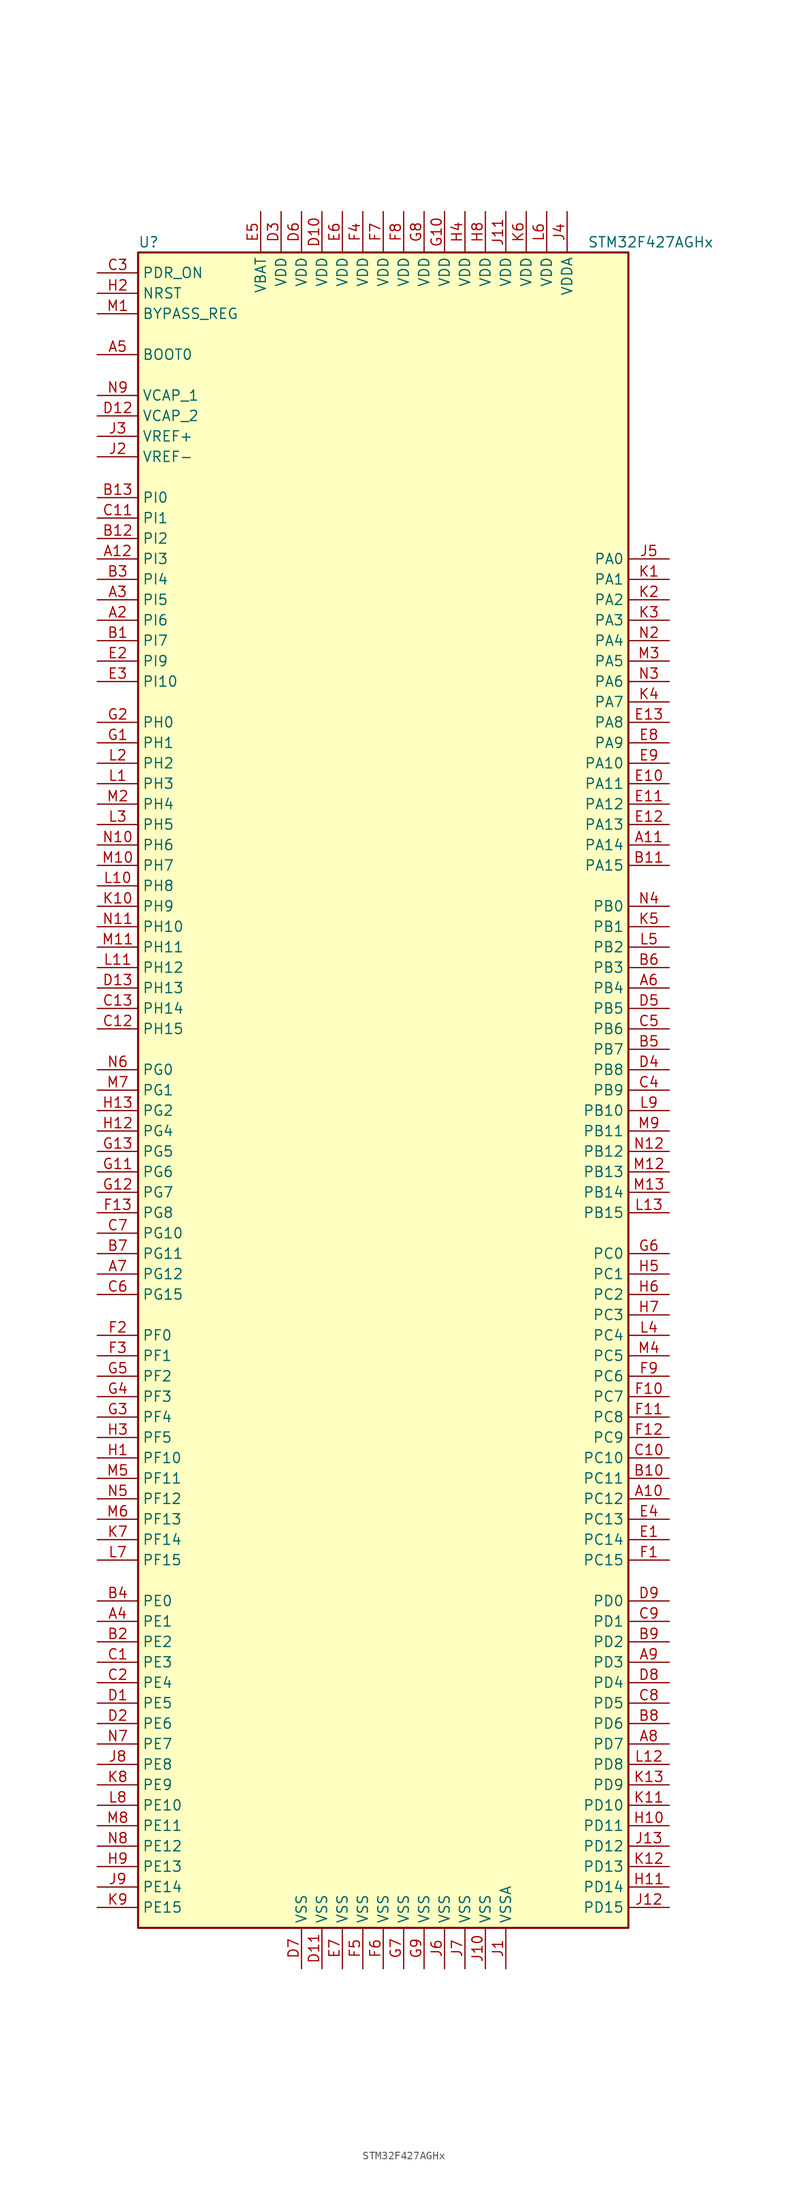
<source format=kicad_sym>
(kicad_symbol_lib
  (version 20201005)
  (generator kicad_symbol_editor)
  (symbol "STM32F427AGHx"
    (property "Reference" "U"
      (at -30.48 105.41 0)
      (effects (font (size 1.27 1.27)) (justify left)))
    (property "Value" "STM32F427AGHx"
      (at 25.4 105.41 0)
      (effects (font (size 1.27 1.27)) (justify left)))
    (symbol "STM32F427AGHx_0_1"
      (rectangle (start -30.48 -104.14) (end 30.48 104.14) (stroke (width 0.254)) (fill (type background))))
    (symbol "STM32F427AGHx_1_1"
      (pin no_connect line (at -30.48 -101.6 0) (length 5.08) hide (name "NC" (effects (font (size 1.27 1.27)))) (number "A1" (effects (font (size 1.27 1.27)))))
      (pin bidirectional line (at 35.56 -50.8 180) (length 5.08) (name "PC12" (effects (font (size 1.27 1.27)))) (number "A10" (effects (font (size 1.27 1.27)))))
      (pin bidirectional line (at 35.56 30.48 180) (length 5.08) (name "PA14" (effects (font (size 1.27 1.27)))) (number "A11" (effects (font (size 1.27 1.27)))))
      (pin bidirectional line (at -35.56 66.04 0) (length 5.08) (name "PI3" (effects (font (size 1.27 1.27)))) (number "A12" (effects (font (size 1.27 1.27)))))
      (pin no_connect line (at -30.48 -99.06 0) (length 5.08) hide (name "NC" (effects (font (size 1.27 1.27)))) (number "A13" (effects (font (size 1.27 1.27)))))
      (pin bidirectional line (at -35.56 58.42 0) (length 5.08) (name "PI6" (effects (font (size 1.27 1.27)))) (number "A2" (effects (font (size 1.27 1.27)))))
      (pin bidirectional line (at -35.56 60.96 0) (length 5.08) (name "PI5" (effects (font (size 1.27 1.27)))) (number "A3" (effects (font (size 1.27 1.27)))))
      (pin bidirectional line (at -35.56 -66.04 0) (length 5.08) (name "PE1" (effects (font (size 1.27 1.27)))) (number "A4" (effects (font (size 1.27 1.27)))))
      (pin input line (at -35.56 91.44 0) (length 5.08) (name "BOOT0" (effects (font (size 1.27 1.27)))) (number "A5" (effects (font (size 1.27 1.27)))))
      (pin bidirectional line (at 35.56 12.7 180) (length 5.08) (name "PB4" (effects (font (size 1.27 1.27)))) (number "A6" (effects (font (size 1.27 1.27)))))
      (pin bidirectional line (at -35.56 -22.86 0) (length 5.08) (name "PG12" (effects (font (size 1.27 1.27)))) (number "A7" (effects (font (size 1.27 1.27)))))
      (pin bidirectional line (at 35.56 -81.28 180) (length 5.08) (name "PD7" (effects (font (size 1.27 1.27)))) (number "A8" (effects (font (size 1.27 1.27)))))
      (pin bidirectional line (at 35.56 -71.12 180) (length 5.08) (name "PD3" (effects (font (size 1.27 1.27)))) (number "A9" (effects (font (size 1.27 1.27)))))
      (pin bidirectional line (at -35.56 55.88 0) (length 5.08) (name "PI7" (effects (font (size 1.27 1.27)))) (number "B1" (effects (font (size 1.27 1.27)))))
      (pin bidirectional line (at 35.56 -48.26 180) (length 5.08) (name "PC11" (effects (font (size 1.27 1.27)))) (number "B10" (effects (font (size 1.27 1.27)))))
      (pin bidirectional line (at 35.56 27.94 180) (length 5.08) (name "PA15" (effects (font (size 1.27 1.27)))) (number "B11" (effects (font (size 1.27 1.27)))))
      (pin bidirectional line (at -35.56 68.58 0) (length 5.08) (name "PI2" (effects (font (size 1.27 1.27)))) (number "B12" (effects (font (size 1.27 1.27)))))
      (pin bidirectional line (at -35.56 73.66 0) (length 5.08) (name "PI0" (effects (font (size 1.27 1.27)))) (number "B13" (effects (font (size 1.27 1.27)))))
      (pin bidirectional line (at -35.56 -68.58 0) (length 5.08) (name "PE2" (effects (font (size 1.27 1.27)))) (number "B2" (effects (font (size 1.27 1.27)))))
      (pin bidirectional line (at -35.56 63.5 0) (length 5.08) (name "PI4" (effects (font (size 1.27 1.27)))) (number "B3" (effects (font (size 1.27 1.27)))))
      (pin bidirectional line (at -35.56 -63.5 0) (length 5.08) (name "PE0" (effects (font (size 1.27 1.27)))) (number "B4" (effects (font (size 1.27 1.27)))))
      (pin bidirectional line (at 35.56 5.08 180) (length 5.08) (name "PB7" (effects (font (size 1.27 1.27)))) (number "B5" (effects (font (size 1.27 1.27)))))
      (pin bidirectional line (at 35.56 15.24 180) (length 5.08) (name "PB3" (effects (font (size 1.27 1.27)))) (number "B6" (effects (font (size 1.27 1.27)))))
      (pin bidirectional line (at -35.56 -20.32 0) (length 5.08) (name "PG11" (effects (font (size 1.27 1.27)))) (number "B7" (effects (font (size 1.27 1.27)))))
      (pin bidirectional line (at 35.56 -78.74 180) (length 5.08) (name "PD6" (effects (font (size 1.27 1.27)))) (number "B8" (effects (font (size 1.27 1.27)))))
      (pin bidirectional line (at 35.56 -68.58 180) (length 5.08) (name "PD2" (effects (font (size 1.27 1.27)))) (number "B9" (effects (font (size 1.27 1.27)))))
      (pin bidirectional line (at -35.56 -71.12 0) (length 5.08) (name "PE3" (effects (font (size 1.27 1.27)))) (number "C1" (effects (font (size 1.27 1.27)))))
      (pin bidirectional line (at 35.56 -45.72 180) (length 5.08) (name "PC10" (effects (font (size 1.27 1.27)))) (number "C10" (effects (font (size 1.27 1.27)))))
      (pin bidirectional line (at -35.56 71.12 0) (length 5.08) (name "PI1" (effects (font (size 1.27 1.27)))) (number "C11" (effects (font (size 1.27 1.27)))))
      (pin bidirectional line (at -35.56 7.62 0) (length 5.08) (name "PH15" (effects (font (size 1.27 1.27)))) (number "C12" (effects (font (size 1.27 1.27)))))
      (pin bidirectional line (at -35.56 10.16 0) (length 5.08) (name "PH14" (effects (font (size 1.27 1.27)))) (number "C13" (effects (font (size 1.27 1.27)))))
      (pin bidirectional line (at -35.56 -73.66 0) (length 5.08) (name "PE4" (effects (font (size 1.27 1.27)))) (number "C2" (effects (font (size 1.27 1.27)))))
      (pin input line (at -35.56 101.6 0) (length 5.08) (name "PDR_ON" (effects (font (size 1.27 1.27)))) (number "C3" (effects (font (size 1.27 1.27)))))
      (pin bidirectional line (at 35.56 0 180) (length 5.08) (name "PB9" (effects (font (size 1.27 1.27)))) (number "C4" (effects (font (size 1.27 1.27)))))
      (pin bidirectional line (at 35.56 7.62 180) (length 5.08) (name "PB6" (effects (font (size 1.27 1.27)))) (number "C5" (effects (font (size 1.27 1.27)))))
      (pin bidirectional line (at -35.56 -25.4 0) (length 5.08) (name "PG15" (effects (font (size 1.27 1.27)))) (number "C6" (effects (font (size 1.27 1.27)))))
      (pin bidirectional line (at -35.56 -17.78 0) (length 5.08) (name "PG10" (effects (font (size 1.27 1.27)))) (number "C7" (effects (font (size 1.27 1.27)))))
      (pin bidirectional line (at 35.56 -76.2 180) (length 5.08) (name "PD5" (effects (font (size 1.27 1.27)))) (number "C8" (effects (font (size 1.27 1.27)))))
      (pin bidirectional line (at 35.56 -66.04 180) (length 5.08) (name "PD1" (effects (font (size 1.27 1.27)))) (number "C9" (effects (font (size 1.27 1.27)))))
      (pin bidirectional line (at -35.56 -76.2 0) (length 5.08) (name "PE5" (effects (font (size 1.27 1.27)))) (number "D1" (effects (font (size 1.27 1.27)))))
      (pin power_in line (at -7.62 109.22 270) (length 5.08) (name "VDD" (effects (font (size 1.27 1.27)))) (number "D10" (effects (font (size 1.27 1.27)))))
      (pin power_in line (at -7.62 -109.22 90) (length 5.08) (name "VSS" (effects (font (size 1.27 1.27)))) (number "D11" (effects (font (size 1.27 1.27)))))
      (pin power_in line (at -35.56 83.82 0) (length 5.08) (name "VCAP_2" (effects (font (size 1.27 1.27)))) (number "D12" (effects (font (size 1.27 1.27)))))
      (pin bidirectional line (at -35.56 12.7 0) (length 5.08) (name "PH13" (effects (font (size 1.27 1.27)))) (number "D13" (effects (font (size 1.27 1.27)))))
      (pin bidirectional line (at -35.56 -78.74 0) (length 5.08) (name "PE6" (effects (font (size 1.27 1.27)))) (number "D2" (effects (font (size 1.27 1.27)))))
      (pin power_in line (at -12.7 109.22 270) (length 5.08) (name "VDD" (effects (font (size 1.27 1.27)))) (number "D3" (effects (font (size 1.27 1.27)))))
      (pin bidirectional line (at 35.56 2.54 180) (length 5.08) (name "PB8" (effects (font (size 1.27 1.27)))) (number "D4" (effects (font (size 1.27 1.27)))))
      (pin bidirectional line (at 35.56 10.16 180) (length 5.08) (name "PB5" (effects (font (size 1.27 1.27)))) (number "D5" (effects (font (size 1.27 1.27)))))
      (pin power_in line (at -10.16 109.22 270) (length 5.08) (name "VDD" (effects (font (size 1.27 1.27)))) (number "D6" (effects (font (size 1.27 1.27)))))
      (pin power_in line (at -10.16 -109.22 90) (length 5.08) (name "VSS" (effects (font (size 1.27 1.27)))) (number "D7" (effects (font (size 1.27 1.27)))))
      (pin bidirectional line (at 35.56 -73.66 180) (length 5.08) (name "PD4" (effects (font (size 1.27 1.27)))) (number "D8" (effects (font (size 1.27 1.27)))))
      (pin bidirectional line (at 35.56 -63.5 180) (length 5.08) (name "PD0" (effects (font (size 1.27 1.27)))) (number "D9" (effects (font (size 1.27 1.27)))))
      (pin bidirectional line (at 35.56 -55.88 180) (length 5.08) (name "PC14" (effects (font (size 1.27 1.27)))) (number "E1" (effects (font (size 1.27 1.27)))))
      (pin bidirectional line (at 35.56 38.1 180) (length 5.08) (name "PA11" (effects (font (size 1.27 1.27)))) (number "E10" (effects (font (size 1.27 1.27)))))
      (pin bidirectional line (at 35.56 35.56 180) (length 5.08) (name "PA12" (effects (font (size 1.27 1.27)))) (number "E11" (effects (font (size 1.27 1.27)))))
      (pin bidirectional line (at 35.56 33.02 180) (length 5.08) (name "PA13" (effects (font (size 1.27 1.27)))) (number "E12" (effects (font (size 1.27 1.27)))))
      (pin bidirectional line (at 35.56 45.72 180) (length 5.08) (name "PA8" (effects (font (size 1.27 1.27)))) (number "E13" (effects (font (size 1.27 1.27)))))
      (pin bidirectional line (at -35.56 53.34 0) (length 5.08) (name "PI9" (effects (font (size 1.27 1.27)))) (number "E2" (effects (font (size 1.27 1.27)))))
      (pin bidirectional line (at -35.56 50.8 0) (length 5.08) (name "PI10" (effects (font (size 1.27 1.27)))) (number "E3" (effects (font (size 1.27 1.27)))))
      (pin bidirectional line (at 35.56 -53.34 180) (length 5.08) (name "PC13" (effects (font (size 1.27 1.27)))) (number "E4" (effects (font (size 1.27 1.27)))))
      (pin power_in line (at -15.24 109.22 270) (length 5.08) (name "VBAT" (effects (font (size 1.27 1.27)))) (number "E5" (effects (font (size 1.27 1.27)))))
      (pin power_in line (at -5.08 109.22 270) (length 5.08) (name "VDD" (effects (font (size 1.27 1.27)))) (number "E6" (effects (font (size 1.27 1.27)))))
      (pin power_in line (at -5.08 -109.22 90) (length 5.08) (name "VSS" (effects (font (size 1.27 1.27)))) (number "E7" (effects (font (size 1.27 1.27)))))
      (pin bidirectional line (at 35.56 43.18 180) (length 5.08) (name "PA9" (effects (font (size 1.27 1.27)))) (number "E8" (effects (font (size 1.27 1.27)))))
      (pin bidirectional line (at 35.56 40.64 180) (length 5.08) (name "PA10" (effects (font (size 1.27 1.27)))) (number "E9" (effects (font (size 1.27 1.27)))))
      (pin bidirectional line (at 35.56 -58.42 180) (length 5.08) (name "PC15" (effects (font (size 1.27 1.27)))) (number "F1" (effects (font (size 1.27 1.27)))))
      (pin bidirectional line (at 35.56 -38.1 180) (length 5.08) (name "PC7" (effects (font (size 1.27 1.27)))) (number "F10" (effects (font (size 1.27 1.27)))))
      (pin bidirectional line (at 35.56 -40.64 180) (length 5.08) (name "PC8" (effects (font (size 1.27 1.27)))) (number "F11" (effects (font (size 1.27 1.27)))))
      (pin bidirectional line (at 35.56 -43.18 180) (length 5.08) (name "PC9" (effects (font (size 1.27 1.27)))) (number "F12" (effects (font (size 1.27 1.27)))))
      (pin bidirectional line (at -35.56 -15.24 0) (length 5.08) (name "PG8" (effects (font (size 1.27 1.27)))) (number "F13" (effects (font (size 1.27 1.27)))))
      (pin bidirectional line (at -35.56 -30.48 0) (length 5.08) (name "PF0" (effects (font (size 1.27 1.27)))) (number "F2" (effects (font (size 1.27 1.27)))))
      (pin bidirectional line (at -35.56 -33.02 0) (length 5.08) (name "PF1" (effects (font (size 1.27 1.27)))) (number "F3" (effects (font (size 1.27 1.27)))))
      (pin power_in line (at -2.54 109.22 270) (length 5.08) (name "VDD" (effects (font (size 1.27 1.27)))) (number "F4" (effects (font (size 1.27 1.27)))))
      (pin power_in line (at -2.54 -109.22 90) (length 5.08) (name "VSS" (effects (font (size 1.27 1.27)))) (number "F5" (effects (font (size 1.27 1.27)))))
      (pin power_in line (at 0 -109.22 90) (length 5.08) (name "VSS" (effects (font (size 1.27 1.27)))) (number "F6" (effects (font (size 1.27 1.27)))))
      (pin power_in line (at 0 109.22 270) (length 5.08) (name "VDD" (effects (font (size 1.27 1.27)))) (number "F7" (effects (font (size 1.27 1.27)))))
      (pin power_in line (at 2.54 109.22 270) (length 5.08) (name "VDD" (effects (font (size 1.27 1.27)))) (number "F8" (effects (font (size 1.27 1.27)))))
      (pin bidirectional line (at 35.56 -35.56 180) (length 5.08) (name "PC6" (effects (font (size 1.27 1.27)))) (number "F9" (effects (font (size 1.27 1.27)))))
      (pin input line (at -35.56 43.18 0) (length 5.08) (name "PH1" (effects (font (size 1.27 1.27)))) (number "G1" (effects (font (size 1.27 1.27)))))
      (pin power_in line (at 7.62 109.22 270) (length 5.08) (name "VDD" (effects (font (size 1.27 1.27)))) (number "G10" (effects (font (size 1.27 1.27)))))
      (pin bidirectional line (at -35.56 -10.16 0) (length 5.08) (name "PG6" (effects (font (size 1.27 1.27)))) (number "G11" (effects (font (size 1.27 1.27)))))
      (pin bidirectional line (at -35.56 -12.7 0) (length 5.08) (name "PG7" (effects (font (size 1.27 1.27)))) (number "G12" (effects (font (size 1.27 1.27)))))
      (pin bidirectional line (at -35.56 -7.62 0) (length 5.08) (name "PG5" (effects (font (size 1.27 1.27)))) (number "G13" (effects (font (size 1.27 1.27)))))
      (pin input line (at -35.56 45.72 0) (length 5.08) (name "PH0" (effects (font (size 1.27 1.27)))) (number "G2" (effects (font (size 1.27 1.27)))))
      (pin bidirectional line (at -35.56 -40.64 0) (length 5.08) (name "PF4" (effects (font (size 1.27 1.27)))) (number "G3" (effects (font (size 1.27 1.27)))))
      (pin bidirectional line (at -35.56 -38.1 0) (length 5.08) (name "PF3" (effects (font (size 1.27 1.27)))) (number "G4" (effects (font (size 1.27 1.27)))))
      (pin bidirectional line (at -35.56 -35.56 0) (length 5.08) (name "PF2" (effects (font (size 1.27 1.27)))) (number "G5" (effects (font (size 1.27 1.27)))))
      (pin bidirectional line (at 35.56 -20.32 180) (length 5.08) (name "PC0" (effects (font (size 1.27 1.27)))) (number "G6" (effects (font (size 1.27 1.27)))))
      (pin power_in line (at 2.54 -109.22 90) (length 5.08) (name "VSS" (effects (font (size 1.27 1.27)))) (number "G7" (effects (font (size 1.27 1.27)))))
      (pin power_in line (at 5.08 109.22 270) (length 5.08) (name "VDD" (effects (font (size 1.27 1.27)))) (number "G8" (effects (font (size 1.27 1.27)))))
      (pin power_in line (at 5.08 -109.22 90) (length 5.08) (name "VSS" (effects (font (size 1.27 1.27)))) (number "G9" (effects (font (size 1.27 1.27)))))
      (pin bidirectional line (at -35.56 -45.72 0) (length 5.08) (name "PF10" (effects (font (size 1.27 1.27)))) (number "H1" (effects (font (size 1.27 1.27)))))
      (pin bidirectional line (at 35.56 -91.44 180) (length 5.08) (name "PD11" (effects (font (size 1.27 1.27)))) (number "H10" (effects (font (size 1.27 1.27)))))
      (pin bidirectional line (at 35.56 -99.06 180) (length 5.08) (name "PD14" (effects (font (size 1.27 1.27)))) (number "H11" (effects (font (size 1.27 1.27)))))
      (pin bidirectional line (at -35.56 -5.08 0) (length 5.08) (name "PG4" (effects (font (size 1.27 1.27)))) (number "H12" (effects (font (size 1.27 1.27)))))
      (pin bidirectional line (at -35.56 -2.54 0) (length 5.08) (name "PG2" (effects (font (size 1.27 1.27)))) (number "H13" (effects (font (size 1.27 1.27)))))
      (pin input line (at -35.56 99.06 0) (length 5.08) (name "NRST" (effects (font (size 1.27 1.27)))) (number "H2" (effects (font (size 1.27 1.27)))))
      (pin bidirectional line (at -35.56 -43.18 0) (length 5.08) (name "PF5" (effects (font (size 1.27 1.27)))) (number "H3" (effects (font (size 1.27 1.27)))))
      (pin power_in line (at 10.16 109.22 270) (length 5.08) (name "VDD" (effects (font (size 1.27 1.27)))) (number "H4" (effects (font (size 1.27 1.27)))))
      (pin bidirectional line (at 35.56 -22.86 180) (length 5.08) (name "PC1" (effects (font (size 1.27 1.27)))) (number "H5" (effects (font (size 1.27 1.27)))))
      (pin bidirectional line (at 35.56 -25.4 180) (length 5.08) (name "PC2" (effects (font (size 1.27 1.27)))) (number "H6" (effects (font (size 1.27 1.27)))))
      (pin bidirectional line (at 35.56 -27.94 180) (length 5.08) (name "PC3" (effects (font (size 1.27 1.27)))) (number "H7" (effects (font (size 1.27 1.27)))))
      (pin power_in line (at 12.7 109.22 270) (length 5.08) (name "VDD" (effects (font (size 1.27 1.27)))) (number "H8" (effects (font (size 1.27 1.27)))))
      (pin bidirectional line (at -35.56 -96.52 0) (length 5.08) (name "PE13" (effects (font (size 1.27 1.27)))) (number "H9" (effects (font (size 1.27 1.27)))))
      (pin power_in line (at 15.24 -109.22 90) (length 5.08) (name "VSSA" (effects (font (size 1.27 1.27)))) (number "J1" (effects (font (size 1.27 1.27)))))
      (pin power_in line (at 12.7 -109.22 90) (length 5.08) (name "VSS" (effects (font (size 1.27 1.27)))) (number "J10" (effects (font (size 1.27 1.27)))))
      (pin power_in line (at 15.24 109.22 270) (length 5.08) (name "VDD" (effects (font (size 1.27 1.27)))) (number "J11" (effects (font (size 1.27 1.27)))))
      (pin bidirectional line (at 35.56 -101.6 180) (length 5.08) (name "PD15" (effects (font (size 1.27 1.27)))) (number "J12" (effects (font (size 1.27 1.27)))))
      (pin bidirectional line (at 35.56 -93.98 180) (length 5.08) (name "PD12" (effects (font (size 1.27 1.27)))) (number "J13" (effects (font (size 1.27 1.27)))))
      (pin power_in line (at -35.56 78.74 0) (length 5.08) (name "VREF-" (effects (font (size 1.27 1.27)))) (number "J2" (effects (font (size 1.27 1.27)))))
      (pin power_in line (at -35.56 81.28 0) (length 5.08) (name "VREF+" (effects (font (size 1.27 1.27)))) (number "J3" (effects (font (size 1.27 1.27)))))
      (pin power_in line (at 22.86 109.22 270) (length 5.08) (name "VDDA" (effects (font (size 1.27 1.27)))) (number "J4" (effects (font (size 1.27 1.27)))))
      (pin bidirectional line (at 35.56 66.04 180) (length 5.08) (name "PA0" (effects (font (size 1.27 1.27)))) (number "J5" (effects (font (size 1.27 1.27)))))
      (pin power_in line (at 7.62 -109.22 90) (length 5.08) (name "VSS" (effects (font (size 1.27 1.27)))) (number "J6" (effects (font (size 1.27 1.27)))))
      (pin power_in line (at 10.16 -109.22 90) (length 5.08) (name "VSS" (effects (font (size 1.27 1.27)))) (number "J7" (effects (font (size 1.27 1.27)))))
      (pin bidirectional line (at -35.56 -83.82 0) (length 5.08) (name "PE8" (effects (font (size 1.27 1.27)))) (number "J8" (effects (font (size 1.27 1.27)))))
      (pin bidirectional line (at -35.56 -99.06 0) (length 5.08) (name "PE14" (effects (font (size 1.27 1.27)))) (number "J9" (effects (font (size 1.27 1.27)))))
      (pin bidirectional line (at 35.56 63.5 180) (length 5.08) (name "PA1" (effects (font (size 1.27 1.27)))) (number "K1" (effects (font (size 1.27 1.27)))))
      (pin bidirectional line (at -35.56 22.86 0) (length 5.08) (name "PH9" (effects (font (size 1.27 1.27)))) (number "K10" (effects (font (size 1.27 1.27)))))
      (pin bidirectional line (at 35.56 -88.9 180) (length 5.08) (name "PD10" (effects (font (size 1.27 1.27)))) (number "K11" (effects (font (size 1.27 1.27)))))
      (pin bidirectional line (at 35.56 -96.52 180) (length 5.08) (name "PD13" (effects (font (size 1.27 1.27)))) (number "K12" (effects (font (size 1.27 1.27)))))
      (pin bidirectional line (at 35.56 -86.36 180) (length 5.08) (name "PD9" (effects (font (size 1.27 1.27)))) (number "K13" (effects (font (size 1.27 1.27)))))
      (pin bidirectional line (at 35.56 60.96 180) (length 5.08) (name "PA2" (effects (font (size 1.27 1.27)))) (number "K2" (effects (font (size 1.27 1.27)))))
      (pin bidirectional line (at 35.56 58.42 180) (length 5.08) (name "PA3" (effects (font (size 1.27 1.27)))) (number "K3" (effects (font (size 1.27 1.27)))))
      (pin bidirectional line (at 35.56 48.26 180) (length 5.08) (name "PA7" (effects (font (size 1.27 1.27)))) (number "K4" (effects (font (size 1.27 1.27)))))
      (pin bidirectional line (at 35.56 20.32 180) (length 5.08) (name "PB1" (effects (font (size 1.27 1.27)))) (number "K5" (effects (font (size 1.27 1.27)))))
      (pin power_in line (at 17.78 109.22 270) (length 5.08) (name "VDD" (effects (font (size 1.27 1.27)))) (number "K6" (effects (font (size 1.27 1.27)))))
      (pin bidirectional line (at -35.56 -55.88 0) (length 5.08) (name "PF14" (effects (font (size 1.27 1.27)))) (number "K7" (effects (font (size 1.27 1.27)))))
      (pin bidirectional line (at -35.56 -86.36 0) (length 5.08) (name "PE9" (effects (font (size 1.27 1.27)))) (number "K8" (effects (font (size 1.27 1.27)))))
      (pin bidirectional line (at -35.56 -101.6 0) (length 5.08) (name "PE15" (effects (font (size 1.27 1.27)))) (number "K9" (effects (font (size 1.27 1.27)))))
      (pin bidirectional line (at -35.56 38.1 0) (length 5.08) (name "PH3" (effects (font (size 1.27 1.27)))) (number "L1" (effects (font (size 1.27 1.27)))))
      (pin bidirectional line (at -35.56 25.4 0) (length 5.08) (name "PH8" (effects (font (size 1.27 1.27)))) (number "L10" (effects (font (size 1.27 1.27)))))
      (pin bidirectional line (at -35.56 15.24 0) (length 5.08) (name "PH12" (effects (font (size 1.27 1.27)))) (number "L11" (effects (font (size 1.27 1.27)))))
      (pin bidirectional line (at 35.56 -83.82 180) (length 5.08) (name "PD8" (effects (font (size 1.27 1.27)))) (number "L12" (effects (font (size 1.27 1.27)))))
      (pin bidirectional line (at 35.56 -15.24 180) (length 5.08) (name "PB15" (effects (font (size 1.27 1.27)))) (number "L13" (effects (font (size 1.27 1.27)))))
      (pin bidirectional line (at -35.56 40.64 0) (length 5.08) (name "PH2" (effects (font (size 1.27 1.27)))) (number "L2" (effects (font (size 1.27 1.27)))))
      (pin bidirectional line (at -35.56 33.02 0) (length 5.08) (name "PH5" (effects (font (size 1.27 1.27)))) (number "L3" (effects (font (size 1.27 1.27)))))
      (pin bidirectional line (at 35.56 -30.48 180) (length 5.08) (name "PC4" (effects (font (size 1.27 1.27)))) (number "L4" (effects (font (size 1.27 1.27)))))
      (pin bidirectional line (at 35.56 17.78 180) (length 5.08) (name "PB2" (effects (font (size 1.27 1.27)))) (number "L5" (effects (font (size 1.27 1.27)))))
      (pin power_in line (at 20.32 109.22 270) (length 5.08) (name "VDD" (effects (font (size 1.27 1.27)))) (number "L6" (effects (font (size 1.27 1.27)))))
      (pin bidirectional line (at -35.56 -58.42 0) (length 5.08) (name "PF15" (effects (font (size 1.27 1.27)))) (number "L7" (effects (font (size 1.27 1.27)))))
      (pin bidirectional line (at -35.56 -88.9 0) (length 5.08) (name "PE10" (effects (font (size 1.27 1.27)))) (number "L8" (effects (font (size 1.27 1.27)))))
      (pin bidirectional line (at 35.56 -2.54 180) (length 5.08) (name "PB10" (effects (font (size 1.27 1.27)))) (number "L9" (effects (font (size 1.27 1.27)))))
      (pin input line (at -35.56 96.52 0) (length 5.08) (name "BYPASS_REG" (effects (font (size 1.27 1.27)))) (number "M1" (effects (font (size 1.27 1.27)))))
      (pin bidirectional line (at -35.56 27.94 0) (length 5.08) (name "PH7" (effects (font (size 1.27 1.27)))) (number "M10" (effects (font (size 1.27 1.27)))))
      (pin bidirectional line (at -35.56 17.78 0) (length 5.08) (name "PH11" (effects (font (size 1.27 1.27)))) (number "M11" (effects (font (size 1.27 1.27)))))
      (pin bidirectional line (at 35.56 -10.16 180) (length 5.08) (name "PB13" (effects (font (size 1.27 1.27)))) (number "M12" (effects (font (size 1.27 1.27)))))
      (pin bidirectional line (at 35.56 -12.7 180) (length 5.08) (name "PB14" (effects (font (size 1.27 1.27)))) (number "M13" (effects (font (size 1.27 1.27)))))
      (pin bidirectional line (at -35.56 35.56 0) (length 5.08) (name "PH4" (effects (font (size 1.27 1.27)))) (number "M2" (effects (font (size 1.27 1.27)))))
      (pin bidirectional line (at 35.56 53.34 180) (length 5.08) (name "PA5" (effects (font (size 1.27 1.27)))) (number "M3" (effects (font (size 1.27 1.27)))))
      (pin bidirectional line (at 35.56 -33.02 180) (length 5.08) (name "PC5" (effects (font (size 1.27 1.27)))) (number "M4" (effects (font (size 1.27 1.27)))))
      (pin bidirectional line (at -35.56 -48.26 0) (length 5.08) (name "PF11" (effects (font (size 1.27 1.27)))) (number "M5" (effects (font (size 1.27 1.27)))))
      (pin bidirectional line (at -35.56 -53.34 0) (length 5.08) (name "PF13" (effects (font (size 1.27 1.27)))) (number "M6" (effects (font (size 1.27 1.27)))))
      (pin bidirectional line (at -35.56 0 0) (length 5.08) (name "PG1" (effects (font (size 1.27 1.27)))) (number "M7" (effects (font (size 1.27 1.27)))))
      (pin bidirectional line (at -35.56 -91.44 0) (length 5.08) (name "PE11" (effects (font (size 1.27 1.27)))) (number "M8" (effects (font (size 1.27 1.27)))))
      (pin bidirectional line (at 35.56 -5.08 180) (length 5.08) (name "PB11" (effects (font (size 1.27 1.27)))) (number "M9" (effects (font (size 1.27 1.27)))))
      (pin no_connect line (at -30.48 -96.52 0) (length 5.08) hide (name "NC" (effects (font (size 1.27 1.27)))) (number "N1" (effects (font (size 1.27 1.27)))))
      (pin bidirectional line (at -35.56 30.48 0) (length 5.08) (name "PH6" (effects (font (size 1.27 1.27)))) (number "N10" (effects (font (size 1.27 1.27)))))
      (pin bidirectional line (at -35.56 20.32 0) (length 5.08) (name "PH10" (effects (font (size 1.27 1.27)))) (number "N11" (effects (font (size 1.27 1.27)))))
      (pin bidirectional line (at 35.56 -7.62 180) (length 5.08) (name "PB12" (effects (font (size 1.27 1.27)))) (number "N12" (effects (font (size 1.27 1.27)))))
      (pin no_connect line (at -30.48 -93.98 0) (length 5.08) hide (name "NC" (effects (font (size 1.27 1.27)))) (number "N13" (effects (font (size 1.27 1.27)))))
      (pin bidirectional line (at 35.56 55.88 180) (length 5.08) (name "PA4" (effects (font (size 1.27 1.27)))) (number "N2" (effects (font (size 1.27 1.27)))))
      (pin bidirectional line (at 35.56 50.8 180) (length 5.08) (name "PA6" (effects (font (size 1.27 1.27)))) (number "N3" (effects (font (size 1.27 1.27)))))
      (pin bidirectional line (at 35.56 22.86 180) (length 5.08) (name "PB0" (effects (font (size 1.27 1.27)))) (number "N4" (effects (font (size 1.27 1.27)))))
      (pin bidirectional line (at -35.56 -50.8 0) (length 5.08) (name "PF12" (effects (font (size 1.27 1.27)))) (number "N5" (effects (font (size 1.27 1.27)))))
      (pin bidirectional line (at -35.56 2.54 0) (length 5.08) (name "PG0" (effects (font (size 1.27 1.27)))) (number "N6" (effects (font (size 1.27 1.27)))))
      (pin bidirectional line (at -35.56 -81.28 0) (length 5.08) (name "PE7" (effects (font (size 1.27 1.27)))) (number "N7" (effects (font (size 1.27 1.27)))))
      (pin bidirectional line (at -35.56 -93.98 0) (length 5.08) (name "PE12" (effects (font (size 1.27 1.27)))) (number "N8" (effects (font (size 1.27 1.27)))))
      (pin power_in line (at -35.56 86.36 0) (length 5.08) (name "VCAP_1" (effects (font (size 1.27 1.27)))) (number "N9" (effects (font (size 1.27 1.27))))))))
</source>
